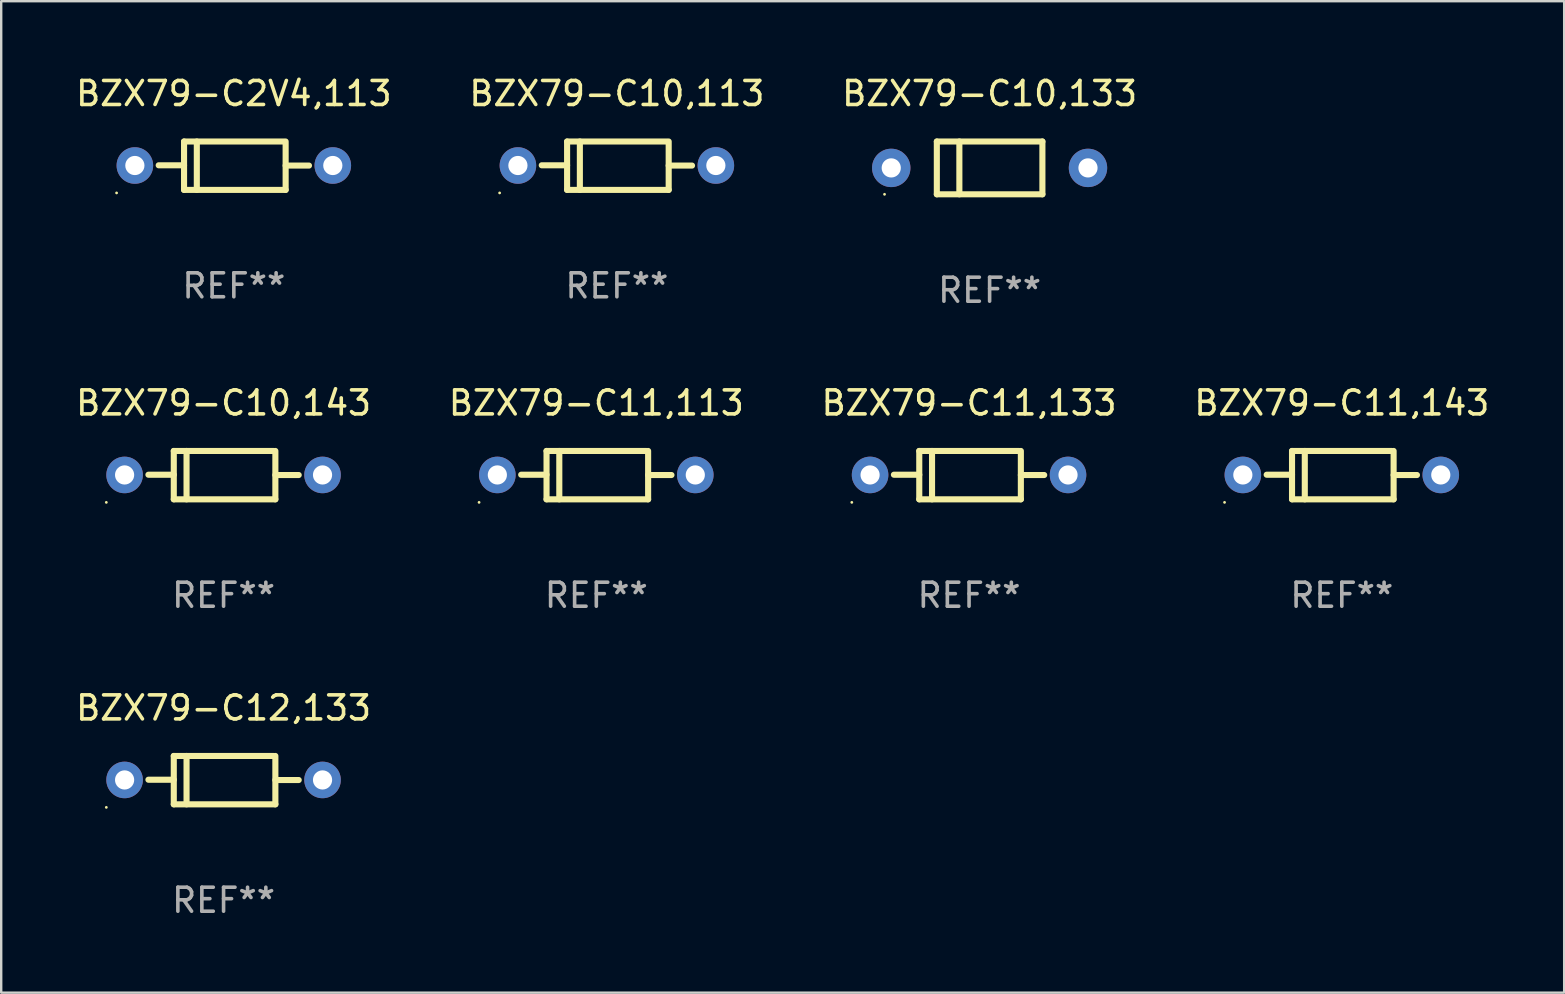
<source format=kicad_pcb>
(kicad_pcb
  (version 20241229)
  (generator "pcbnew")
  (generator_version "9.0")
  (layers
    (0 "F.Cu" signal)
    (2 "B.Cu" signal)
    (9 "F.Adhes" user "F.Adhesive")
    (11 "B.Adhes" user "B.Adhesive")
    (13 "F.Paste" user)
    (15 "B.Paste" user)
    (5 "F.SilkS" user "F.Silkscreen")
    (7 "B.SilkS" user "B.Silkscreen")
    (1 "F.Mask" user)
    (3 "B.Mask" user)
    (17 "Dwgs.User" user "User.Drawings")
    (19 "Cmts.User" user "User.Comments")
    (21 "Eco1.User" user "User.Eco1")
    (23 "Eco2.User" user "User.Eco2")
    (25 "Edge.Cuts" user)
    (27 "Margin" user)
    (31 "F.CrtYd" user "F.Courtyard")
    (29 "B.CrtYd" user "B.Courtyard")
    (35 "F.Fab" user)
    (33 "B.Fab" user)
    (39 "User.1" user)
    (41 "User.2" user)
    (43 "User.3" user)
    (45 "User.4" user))
  (footprint "BZX79-C12,133"
    (layer "F.Cu")
    (at 6.268 29.465)
    (property "Reference" "BZX79-C12,133" (at 0 -3.008 0) (layer "F.SilkS") (effects (font (size 1 1) (thickness 0.15))))
    (attr through_hole)
    (fp_line (start -2.075 -1.008) (end -2.075 1.008) (stroke (width 0.254) (type solid)) (layer "F.SilkS"))
    (fp_line (start -2.075 -0.017) (end -3.132 -0.017) (stroke (width 0.254) (type solid)) (layer "F.SilkS"))
    (fp_line (start -2.075 1.008) (end 2.159 1.008) (stroke (width 0.254) (type solid)) (layer "F.SilkS"))
    (fp_line (start -1.543 -1.008) (end -1.543 1.008) (stroke (width 0.254) (type solid)) (layer "F.SilkS"))
    (fp_line (start 2.075 -1.008) (end -2.075 -1.008) (stroke (width 0.254) (type solid)) (layer "F.SilkS"))
    (fp_line (start 2.159 -0.005) (end 3.132 -0.005) (stroke (width 0.254) (type solid)) (layer "F.SilkS"))
    (fp_line (start 2.159 1.008) (end 2.159 -1.008) (stroke (width 0.254) (type solid)) (layer "F.SilkS"))
    (fp_circle (center -4.887 1.135) (end -4.857 1.135) (stroke (width 0.06) (type solid)) (fill no) (layer "F.SilkS"))
    (fp_text user "REF**" (at 0 5.008 0) (layer "F.Fab") (effects (font (size 1 1) (thickness 0.15))))
    (pad "1" thru_hole circle (at -4.125 -0.008) (size 1.524 1.524) (drill 0.8) (layers "*.Cu" "*.Mask"))
    (pad "2" thru_hole circle (at 4.125 -0.008) (size 1.524 1.524) (drill 0.8) (layers "*.Cu" "*.Mask")))
  (footprint "BZX79-C2V4,113"
    (layer "F.Cu")
    (at 6.696 3.856)
    (property "Reference" "BZX79-C2V4,113" (at 0 -3.008 0) (layer "F.SilkS") (effects (font (size 1 1) (thickness 0.15))))
    (attr through_hole)
    (fp_line (start -2.075 -1.008) (end -2.075 1.008) (stroke (width 0.254) (type solid)) (layer "F.SilkS"))
    (fp_line (start -2.075 -0.017) (end -3.132 -0.017) (stroke (width 0.254) (type solid)) (layer "F.SilkS"))
    (fp_line (start -2.075 1.008) (end 2.159 1.008) (stroke (width 0.254) (type solid)) (layer "F.SilkS"))
    (fp_line (start -1.543 -1.008) (end -1.543 1.008) (stroke (width 0.254) (type solid)) (layer "F.SilkS"))
    (fp_line (start 2.075 -1.008) (end -2.075 -1.008) (stroke (width 0.254) (type solid)) (layer "F.SilkS"))
    (fp_line (start 2.159 -0.005) (end 3.132 -0.005) (stroke (width 0.254) (type solid)) (layer "F.SilkS"))
    (fp_line (start 2.159 1.008) (end 2.159 -1.008) (stroke (width 0.254) (type solid)) (layer "F.SilkS"))
    (fp_circle (center -4.887 1.135) (end -4.857 1.135) (stroke (width 0.06) (type solid)) (fill no) (layer "F.SilkS"))
    (fp_text user "REF**" (at 0 5.008 0) (layer "F.Fab") (effects (font (size 1 1) (thickness 0.15))))
    (pad "1" thru_hole circle (at -4.125 -0.008) (size 1.524 1.524) (drill 0.8) (layers "*.Cu" "*.Mask"))
    (pad "2" thru_hole circle (at 4.125 -0.008) (size 1.524 1.524) (drill 0.8) (layers "*.Cu" "*.Mask")))
  (footprint "BZX79-C10,143"
    (layer "F.Cu")
    (at 6.268 16.753)
    (property "Reference" "BZX79-C10,143" (at 0 -3.008 0) (layer "F.SilkS") (effects (font (size 1 1) (thickness 0.15))))
    (attr through_hole)
    (fp_line (start -2.075 -1.008) (end -2.075 1.008) (stroke (width 0.254) (type solid)) (layer "F.SilkS"))
    (fp_line (start -2.075 -0.017) (end -3.132 -0.017) (stroke (width 0.254) (type solid)) (layer "F.SilkS"))
    (fp_line (start -2.075 1.008) (end 2.159 1.008) (stroke (width 0.254) (type solid)) (layer "F.SilkS"))
    (fp_line (start -1.543 -1.008) (end -1.543 1.008) (stroke (width 0.254) (type solid)) (layer "F.SilkS"))
    (fp_line (start 2.075 -1.008) (end -2.075 -1.008) (stroke (width 0.254) (type solid)) (layer "F.SilkS"))
    (fp_line (start 2.159 -0.005) (end 3.132 -0.005) (stroke (width 0.254) (type solid)) (layer "F.SilkS"))
    (fp_line (start 2.159 1.008) (end 2.159 -1.008) (stroke (width 0.254) (type solid)) (layer "F.SilkS"))
    (fp_circle (center -4.887 1.135) (end -4.857 1.135) (stroke (width 0.06) (type solid)) (fill no) (layer "F.SilkS"))
    (fp_text user "REF**" (at 0 5.008 0) (layer "F.Fab") (effects (font (size 1 1) (thickness 0.15))))
    (pad "1" thru_hole circle (at -4.125 -0.008) (size 1.524 1.524) (drill 0.8) (layers "*.Cu" "*.Mask"))
    (pad "2" thru_hole circle (at 4.125 -0.008) (size 1.524 1.524) (drill 0.8) (layers "*.Cu" "*.Mask")))
  (footprint "BZX79-C10,133"
    (layer "F.Cu")
    (at 38.196 3.948)
    (property "Reference" "BZX79-C10,133" (at 0 -3.1 0) (layer "F.SilkS") (effects (font (size 1 1) (thickness 0.15))))
    (attr through_hole)
    (fp_line (start -2.2 -1.1) (end -2.2 1.1) (stroke (width 0.254) (type solid)) (layer "F.SilkS"))
    (fp_line (start -2.2 -1.1) (end 2.2 -1.1) (stroke (width 0.254) (type solid)) (layer "F.SilkS"))
    (fp_line (start -2.2 1.1) (end 2.2 1.1) (stroke (width 0.254) (type solid)) (layer "F.SilkS"))
    (fp_line (start -1.261 -1.1) (end -1.261 1.1) (stroke (width 0.254) (type solid)) (layer "F.SilkS"))
    (fp_line (start 2.2 -1.1) (end 2.2 1.1) (stroke (width 0.254) (type solid)) (layer "F.SilkS"))
    (fp_circle (center -4.38 1.1) (end -4.35 1.1) (stroke (width 0.06) (type solid)) (fill no) (layer "F.SilkS"))
    (fp_text user "REF**" (at 0 5.1 0) (layer "F.Fab") (effects (font (size 1 1) (thickness 0.15))))
    (pad "1" thru_hole circle (at -4.1 0) (size 1.6 1.6) (drill 0.8) (layers "*.Cu" "*.Mask"))
    (pad "2" thru_hole circle (at 4.1 0) (size 1.6 1.6) (drill 0.8) (layers "*.Cu" "*.Mask")))
  (footprint "BZX79-C11,113"
    (layer "F.Cu")
    (at 21.804 16.753)
    (property "Reference" "BZX79-C11,113" (at 0 -3.008 0) (layer "F.SilkS") (effects (font (size 1 1) (thickness 0.15))))
    (attr through_hole)
    (fp_line (start -2.075 -1.008) (end -2.075 1.008) (stroke (width 0.254) (type solid)) (layer "F.SilkS"))
    (fp_line (start -2.075 -0.017) (end -3.132 -0.017) (stroke (width 0.254) (type solid)) (layer "F.SilkS"))
    (fp_line (start -2.075 1.008) (end 2.159 1.008) (stroke (width 0.254) (type solid)) (layer "F.SilkS"))
    (fp_line (start -1.543 -1.008) (end -1.543 1.008) (stroke (width 0.254) (type solid)) (layer "F.SilkS"))
    (fp_line (start 2.075 -1.008) (end -2.075 -1.008) (stroke (width 0.254) (type solid)) (layer "F.SilkS"))
    (fp_line (start 2.159 -0.005) (end 3.132 -0.005) (stroke (width 0.254) (type solid)) (layer "F.SilkS"))
    (fp_line (start 2.159 1.008) (end 2.159 -1.008) (stroke (width 0.254) (type solid)) (layer "F.SilkS"))
    (fp_circle (center -4.887 1.135) (end -4.857 1.135) (stroke (width 0.06) (type solid)) (fill no) (layer "F.SilkS"))
    (fp_text user "REF**" (at 0 5.008 0) (layer "F.Fab") (effects (font (size 1 1) (thickness 0.15))))
    (pad "1" thru_hole circle (at -4.125 -0.008) (size 1.524 1.524) (drill 0.8) (layers "*.Cu" "*.Mask"))
    (pad "2" thru_hole circle (at 4.125 -0.008) (size 1.524 1.524) (drill 0.8) (layers "*.Cu" "*.Mask")))
  (footprint "BZX79-C10,113"
    (layer "F.Cu")
    (at 22.661 3.856)
    (property "Reference" "BZX79-C10,113" (at 0 -3.008 0) (layer "F.SilkS") (effects (font (size 1 1) (thickness 0.15))))
    (attr through_hole)
    (fp_line (start -2.075 -1.008) (end -2.075 1.008) (stroke (width 0.254) (type solid)) (layer "F.SilkS"))
    (fp_line (start -2.075 -0.017) (end -3.132 -0.017) (stroke (width 0.254) (type solid)) (layer "F.SilkS"))
    (fp_line (start -2.075 1.008) (end 2.159 1.008) (stroke (width 0.254) (type solid)) (layer "F.SilkS"))
    (fp_line (start -1.543 -1.008) (end -1.543 1.008) (stroke (width 0.254) (type solid)) (layer "F.SilkS"))
    (fp_line (start 2.075 -1.008) (end -2.075 -1.008) (stroke (width 0.254) (type solid)) (layer "F.SilkS"))
    (fp_line (start 2.159 -0.005) (end 3.132 -0.005) (stroke (width 0.254) (type solid)) (layer "F.SilkS"))
    (fp_line (start 2.159 1.008) (end 2.159 -1.008) (stroke (width 0.254) (type solid)) (layer "F.SilkS"))
    (fp_circle (center -4.887 1.135) (end -4.857 1.135) (stroke (width 0.06) (type solid)) (fill no) (layer "F.SilkS"))
    (fp_text user "REF**" (at 0 5.008 0) (layer "F.Fab") (effects (font (size 1 1) (thickness 0.15))))
    (pad "1" thru_hole circle (at -4.125 -0.008) (size 1.524 1.524) (drill 0.8) (layers "*.Cu" "*.Mask"))
    (pad "2" thru_hole circle (at 4.125 -0.008) (size 1.524 1.524) (drill 0.8) (layers "*.Cu" "*.Mask")))
  (footprint "BZX79-C11,133"
    (layer "F.Cu")
    (at 37.339 16.753)
    (property "Reference" "BZX79-C11,133" (at 0 -3.008 0) (layer "F.SilkS") (effects (font (size 1 1) (thickness 0.15))))
    (attr through_hole)
    (fp_line (start -2.075 -1.008) (end -2.075 1.008) (stroke (width 0.254) (type solid)) (layer "F.SilkS"))
    (fp_line (start -2.075 -0.017) (end -3.132 -0.017) (stroke (width 0.254) (type solid)) (layer "F.SilkS"))
    (fp_line (start -2.075 1.008) (end 2.159 1.008) (stroke (width 0.254) (type solid)) (layer "F.SilkS"))
    (fp_line (start -1.543 -1.008) (end -1.543 1.008) (stroke (width 0.254) (type solid)) (layer "F.SilkS"))
    (fp_line (start 2.075 -1.008) (end -2.075 -1.008) (stroke (width 0.254) (type solid)) (layer "F.SilkS"))
    (fp_line (start 2.159 -0.005) (end 3.132 -0.005) (stroke (width 0.254) (type solid)) (layer "F.SilkS"))
    (fp_line (start 2.159 1.008) (end 2.159 -1.008) (stroke (width 0.254) (type solid)) (layer "F.SilkS"))
    (fp_circle (center -4.887 1.135) (end -4.857 1.135) (stroke (width 0.06) (type solid)) (fill no) (layer "F.SilkS"))
    (fp_text user "REF**" (at 0 5.008 0) (layer "F.Fab") (effects (font (size 1 1) (thickness 0.15))))
    (pad "1" thru_hole circle (at -4.125 -0.008) (size 1.524 1.524) (drill 0.8) (layers "*.Cu" "*.Mask"))
    (pad "2" thru_hole circle (at 4.125 -0.008) (size 1.524 1.524) (drill 0.8) (layers "*.Cu" "*.Mask")))
  (footprint "BZX79-C11,143"
    (layer "F.Cu")
    (at 52.875 16.753)
    (property "Reference" "BZX79-C11,143" (at 0 -3.008 0) (layer "F.SilkS") (effects (font (size 1 1) (thickness 0.15))))
    (attr through_hole)
    (fp_line (start -2.075 -1.008) (end -2.075 1.008) (stroke (width 0.254) (type solid)) (layer "F.SilkS"))
    (fp_line (start -2.075 -0.017) (end -3.132 -0.017) (stroke (width 0.254) (type solid)) (layer "F.SilkS"))
    (fp_line (start -2.075 1.008) (end 2.159 1.008) (stroke (width 0.254) (type solid)) (layer "F.SilkS"))
    (fp_line (start -1.543 -1.008) (end -1.543 1.008) (stroke (width 0.254) (type solid)) (layer "F.SilkS"))
    (fp_line (start 2.075 -1.008) (end -2.075 -1.008) (stroke (width 0.254) (type solid)) (layer "F.SilkS"))
    (fp_line (start 2.159 -0.005) (end 3.132 -0.005) (stroke (width 0.254) (type solid)) (layer "F.SilkS"))
    (fp_line (start 2.159 1.008) (end 2.159 -1.008) (stroke (width 0.254) (type solid)) (layer "F.SilkS"))
    (fp_circle (center -4.887 1.135) (end -4.857 1.135) (stroke (width 0.06) (type solid)) (fill no) (layer "F.SilkS"))
    (fp_text user "REF**" (at 0 5.008 0) (layer "F.Fab") (effects (font (size 1 1) (thickness 0.15))))
    (pad "1" thru_hole circle (at -4.125 -0.008) (size 1.524 1.524) (drill 0.8) (layers "*.Cu" "*.Mask"))
    (pad "2" thru_hole circle (at 4.125 -0.008) (size 1.524 1.524) (drill 0.8) (layers "*.Cu" "*.Mask")))
  (gr_rect
    (start -3 -3)
    (end 62.143 38.322)
    (stroke (width 0.1) (type default))
    (fill no)
    (layer "Edge.Cuts")))
</source>
